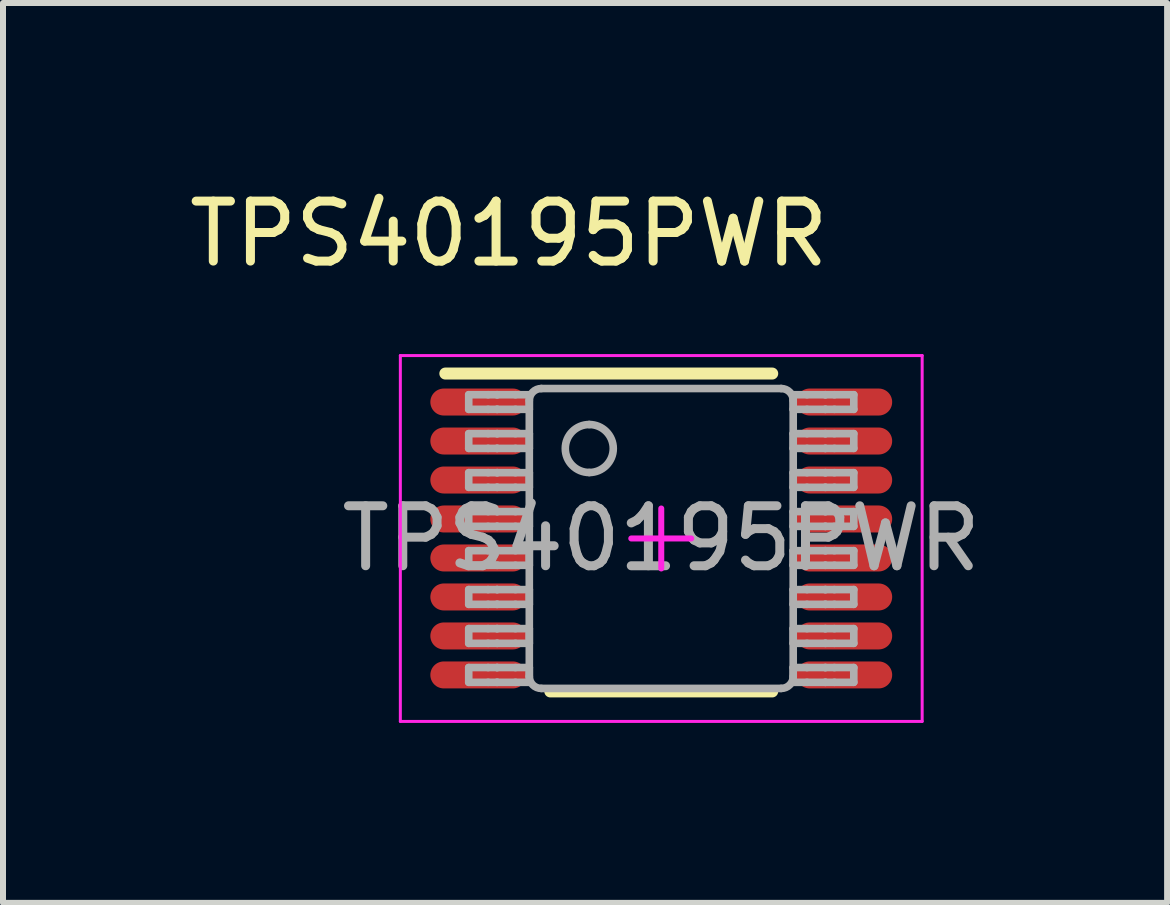
<source format=kicad_pcb>
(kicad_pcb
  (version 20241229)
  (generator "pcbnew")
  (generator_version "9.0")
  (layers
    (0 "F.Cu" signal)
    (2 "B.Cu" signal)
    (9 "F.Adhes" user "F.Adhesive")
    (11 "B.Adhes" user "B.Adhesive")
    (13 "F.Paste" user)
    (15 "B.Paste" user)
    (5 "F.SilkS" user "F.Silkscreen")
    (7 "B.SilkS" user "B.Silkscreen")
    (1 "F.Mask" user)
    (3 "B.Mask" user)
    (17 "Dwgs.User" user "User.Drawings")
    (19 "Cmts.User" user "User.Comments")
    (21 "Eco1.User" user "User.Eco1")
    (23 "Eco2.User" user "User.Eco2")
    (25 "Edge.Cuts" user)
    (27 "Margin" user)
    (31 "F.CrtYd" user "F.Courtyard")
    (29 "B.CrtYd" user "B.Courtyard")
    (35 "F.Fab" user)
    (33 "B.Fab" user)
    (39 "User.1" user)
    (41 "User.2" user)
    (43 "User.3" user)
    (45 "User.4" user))
  (footprint "TPS40195PWR"
    (layer "F.Cu")
    (at 7.975 5.928)
    (property "Reference" "TPS40195PWR" (at -2.54 -5.08 0) (unlocked yes) (layer "F.SilkS") (effects (font (size 1 1) (thickness 0.15))))
    (attr smd)
    (fp_line (start -3.6 -2.75) (end 1.85 -2.75) (stroke (width 0.2) (type solid)) (layer "F.SilkS"))
    (fp_line (start -1.85 2.55) (end 1.85 2.55) (stroke (width 0.2) (type solid)) (layer "F.SilkS"))
    (fp_line (start -4.35 -3.05) (end 4.35 -3.05) (stroke (width 0.05) (type solid)) (layer "F.CrtYd"))
    (fp_line (start -4.35 3.05) (end -4.35 -3.05) (stroke (width 0.05) (type solid)) (layer "F.CrtYd"))
    (fp_line (start -4.35 3.05) (end 4.35 3.05) (stroke (width 0.05) (type solid)) (layer "F.CrtYd"))
    (fp_line (start -0.5 0) (end 0.5 0) (stroke (width 0.1) (type solid)) (layer "F.CrtYd"))
    (fp_line (start -0.000003 0.5) (end -0.000003 -0.5) (stroke (width 0.1) (type solid)) (layer "F.CrtYd"))
    (fp_line (start 4.35 3.05) (end 4.35 -3.05) (stroke (width 0.05) (type solid)) (layer "F.CrtYd"))
    (fp_line (start -3.21 -2.397) (end -2.887 -2.397) (stroke (width 0.127) (type solid)) (layer "F.Fab"))
    (fp_line (start -3.21 -2.153) (end -3.21 -2.397) (stroke (width 0.127) (type solid)) (layer "F.Fab"))
    (fp_line (start -3.21 -2.153) (end -2.887 -2.153) (stroke (width 0.127) (type solid)) (layer "F.Fab"))
    (fp_line (start -3.21 -1.748) (end -2.887 -1.748) (stroke (width 0.127) (type solid)) (layer "F.Fab"))
    (fp_line (start -3.21 -1.502) (end -3.21 -1.748) (stroke (width 0.127) (type solid)) (layer "F.Fab"))
    (fp_line (start -3.21 -1.502) (end -2.887 -1.502) (stroke (width 0.127) (type solid)) (layer "F.Fab"))
    (fp_line (start -3.21 -1.097) (end -2.887 -1.097) (stroke (width 0.127) (type solid)) (layer "F.Fab"))
    (fp_line (start -3.21 -0.853) (end -3.21 -1.097) (stroke (width 0.127) (type solid)) (layer "F.Fab"))
    (fp_line (start -3.21 -0.853) (end -2.887 -0.853) (stroke (width 0.127) (type solid)) (layer "F.Fab"))
    (fp_line (start -3.21 -0.448) (end -2.887 -0.448) (stroke (width 0.127) (type solid)) (layer "F.Fab"))
    (fp_line (start -3.21 -0.202) (end -3.21 -0.448) (stroke (width 0.127) (type solid)) (layer "F.Fab"))
    (fp_line (start -3.21 -0.202) (end -2.887 -0.202) (stroke (width 0.127) (type solid)) (layer "F.Fab"))
    (fp_line (start -3.21 0.203) (end -2.887 0.203) (stroke (width 0.127) (type solid)) (layer "F.Fab"))
    (fp_line (start -3.21 0.447) (end -3.21 0.203) (stroke (width 0.127) (type solid)) (layer "F.Fab"))
    (fp_line (start -3.21 0.447) (end -2.887 0.447) (stroke (width 0.127) (type solid)) (layer "F.Fab"))
    (fp_line (start -3.21 0.852) (end -2.887 0.852) (stroke (width 0.127) (type solid)) (layer "F.Fab"))
    (fp_line (start -3.21 1.098) (end -3.21 0.852) (stroke (width 0.127) (type solid)) (layer "F.Fab"))
    (fp_line (start -3.21 1.098) (end -2.887 1.098) (stroke (width 0.127) (type solid)) (layer "F.Fab"))
    (fp_line (start -3.21 1.503) (end -2.887 1.503) (stroke (width 0.127) (type solid)) (layer "F.Fab"))
    (fp_line (start -3.21 1.748) (end -3.21 1.503) (stroke (width 0.127) (type solid)) (layer "F.Fab"))
    (fp_line (start -3.21 1.748) (end -2.887 1.748) (stroke (width 0.127) (type solid)) (layer "F.Fab"))
    (fp_line (start -3.21 2.152) (end -2.887 2.152) (stroke (width 0.127) (type solid)) (layer "F.Fab"))
    (fp_line (start -3.21 2.398) (end -3.21 2.152) (stroke (width 0.127) (type solid)) (layer "F.Fab"))
    (fp_line (start -3.21 2.398) (end -2.887 2.398) (stroke (width 0.127) (type solid)) (layer "F.Fab"))
    (fp_line (start -2.887 -2.397) (end -2.739 -2.397) (stroke (width 0.127) (type solid)) (layer "F.Fab"))
    (fp_line (start -2.887 -2.153) (end -2.739 -2.153) (stroke (width 0.127) (type solid)) (layer "F.Fab"))
    (fp_line (start -2.887 -1.748) (end -2.739 -1.748) (stroke (width 0.127) (type solid)) (layer "F.Fab"))
    (fp_line (start -2.887 -1.502) (end -2.739 -1.502) (stroke (width 0.127) (type solid)) (layer "F.Fab"))
    (fp_line (start -2.887 -1.097) (end -2.739 -1.097) (stroke (width 0.127) (type solid)) (layer "F.Fab"))
    (fp_line (start -2.887 -0.853) (end -2.739 -0.853) (stroke (width 0.127) (type solid)) (layer "F.Fab"))
    (fp_line (start -2.887 -0.448) (end -2.739 -0.448) (stroke (width 0.127) (type solid)) (layer "F.Fab"))
    (fp_line (start -2.887 -0.202) (end -2.739 -0.202) (stroke (width 0.127) (type solid)) (layer "F.Fab"))
    (fp_line (start -2.887 0.203) (end -2.739 0.203) (stroke (width 0.127) (type solid)) (layer "F.Fab"))
    (fp_line (start -2.887 0.447) (end -2.739 0.447) (stroke (width 0.127) (type solid)) (layer "F.Fab"))
    (fp_line (start -2.887 0.852) (end -2.739 0.852) (stroke (width 0.127) (type solid)) (layer "F.Fab"))
    (fp_line (start -2.887 1.098) (end -2.739 1.098) (stroke (width 0.127) (type solid)) (layer "F.Fab"))
    (fp_line (start -2.887 1.503) (end -2.739 1.503) (stroke (width 0.127) (type solid)) (layer "F.Fab"))
    (fp_line (start -2.887 1.748) (end -2.739 1.748) (stroke (width 0.127) (type solid)) (layer "F.Fab"))
    (fp_line (start -2.887 2.152) (end -2.739 2.152) (stroke (width 0.127) (type solid)) (layer "F.Fab"))
    (fp_line (start -2.887 2.398) (end -2.739 2.398) (stroke (width 0.127) (type solid)) (layer "F.Fab"))
    (fp_line (start -2.739 -2.397) (end -2.733 -2.397) (stroke (width 0.127) (type solid)) (layer "F.Fab"))
    (fp_line (start -2.739 -2.153) (end -2.733 -2.153) (stroke (width 0.127) (type solid)) (layer "F.Fab"))
    (fp_line (start -2.739 -1.748) (end -2.733 -1.748) (stroke (width 0.127) (type solid)) (layer "F.Fab"))
    (fp_line (start -2.739 -1.502) (end -2.733 -1.502) (stroke (width 0.127) (type solid)) (layer "F.Fab"))
    (fp_line (start -2.739 -1.097) (end -2.733 -1.097) (stroke (width 0.127) (type solid)) (layer "F.Fab"))
    (fp_line (start -2.739 -0.853) (end -2.733 -0.853) (stroke (width 0.127) (type solid)) (layer "F.Fab"))
    (fp_line (start -2.739 -0.448) (end -2.733 -0.448) (stroke (width 0.127) (type solid)) (layer "F.Fab"))
    (fp_line (start -2.739 -0.202) (end -2.733 -0.202) (stroke (width 0.127) (type solid)) (layer "F.Fab"))
    (fp_line (start -2.739 0.203) (end -2.733 0.203) (stroke (width 0.127) (type solid)) (layer "F.Fab"))
    (fp_line (start -2.739 0.447) (end -2.733 0.447) (stroke (width 0.127) (type solid)) (layer "F.Fab"))
    (fp_line (start -2.739 0.852) (end -2.733 0.852) (stroke (width 0.127) (type solid)) (layer "F.Fab"))
    (fp_line (start -2.739 1.098) (end -2.733 1.098) (stroke (width 0.127) (type solid)) (layer "F.Fab"))
    (fp_line (start -2.739 1.503) (end -2.733 1.503) (stroke (width 0.127) (type solid)) (layer "F.Fab"))
    (fp_line (start -2.739 1.748) (end -2.733 1.748) (stroke (width 0.127) (type solid)) (layer "F.Fab"))
    (fp_line (start -2.739 2.152) (end -2.733 2.152) (stroke (width 0.127) (type solid)) (layer "F.Fab"))
    (fp_line (start -2.739 2.398) (end -2.733 2.398) (stroke (width 0.127) (type solid)) (layer "F.Fab"))
    (fp_line (start -2.733 -2.397) (end -2.431 -2.397) (stroke (width 0.127) (type solid)) (layer "F.Fab"))
    (fp_line (start -2.733 -2.153) (end -2.431 -2.153) (stroke (width 0.127) (type solid)) (layer "F.Fab"))
    (fp_line (start -2.733 -1.748) (end -2.431 -1.748) (stroke (width 0.127) (type solid)) (layer "F.Fab"))
    (fp_line (start -2.733 -1.502) (end -2.431 -1.502) (stroke (width 0.127) (type solid)) (layer "F.Fab"))
    (fp_line (start -2.733 -1.097) (end -2.431 -1.097) (stroke (width 0.127) (type solid)) (layer "F.Fab"))
    (fp_line (start -2.733 -0.853) (end -2.431 -0.853) (stroke (width 0.127) (type solid)) (layer "F.Fab"))
    (fp_line (start -2.733 -0.448) (end -2.431 -0.448) (stroke (width 0.127) (type solid)) (layer "F.Fab"))
    (fp_line (start -2.733 -0.202) (end -2.431 -0.202) (stroke (width 0.127) (type solid)) (layer "F.Fab"))
    (fp_line (start -2.733 0.203) (end -2.431 0.203) (stroke (width 0.127) (type solid)) (layer "F.Fab"))
    (fp_line (start -2.733 0.447) (end -2.431 0.447) (stroke (width 0.127) (type solid)) (layer "F.Fab"))
    (fp_line (start -2.733 0.852) (end -2.431 0.852) (stroke (width 0.127) (type solid)) (layer "F.Fab"))
    (fp_line (start -2.733 1.098) (end -2.431 1.098) (stroke (width 0.127) (type solid)) (layer "F.Fab"))
    (fp_line (start -2.733 1.503) (end -2.431 1.503) (stroke (width 0.127) (type solid)) (layer "F.Fab"))
    (fp_line (start -2.733 1.748) (end -2.431 1.748) (stroke (width 0.127) (type solid)) (layer "F.Fab"))
    (fp_line (start -2.733 2.152) (end -2.431 2.152) (stroke (width 0.127) (type solid)) (layer "F.Fab"))
    (fp_line (start -2.733 2.398) (end -2.431 2.398) (stroke (width 0.127) (type solid)) (layer "F.Fab"))
    (fp_line (start -2.431 -2.397) (end -2.2 -2.397) (stroke (width 0.127) (type solid)) (layer "F.Fab"))
    (fp_line (start -2.431 -2.153) (end -2.2 -2.153) (stroke (width 0.127) (type solid)) (layer "F.Fab"))
    (fp_line (start -2.431 -1.748) (end -2.2 -1.748) (stroke (width 0.127) (type solid)) (layer "F.Fab"))
    (fp_line (start -2.431 -1.502) (end -2.2 -1.502) (stroke (width 0.127) (type solid)) (layer "F.Fab"))
    (fp_line (start -2.431 -1.097) (end -2.2 -1.097) (stroke (width 0.127) (type solid)) (layer "F.Fab"))
    (fp_line (start -2.431 -0.853) (end -2.2 -0.853) (stroke (width 0.127) (type solid)) (layer "F.Fab"))
    (fp_line (start -2.431 -0.448) (end -2.2 -0.448) (stroke (width 0.127) (type solid)) (layer "F.Fab"))
    (fp_line (start -2.431 -0.202) (end -2.2 -0.202) (stroke (width 0.127) (type solid)) (layer "F.Fab"))
    (fp_line (start -2.431 0.203) (end -2.2 0.203) (stroke (width 0.127) (type solid)) (layer "F.Fab"))
    (fp_line (start -2.431 0.447) (end -2.2 0.447) (stroke (width 0.127) (type solid)) (layer "F.Fab"))
    (fp_line (start -2.431 0.852) (end -2.2 0.852) (stroke (width 0.127) (type solid)) (layer "F.Fab"))
    (fp_line (start -2.431 1.098) (end -2.2 1.098) (stroke (width 0.127) (type solid)) (layer "F.Fab"))
    (fp_line (start -2.431 1.503) (end -2.2 1.503) (stroke (width 0.127) (type solid)) (layer "F.Fab"))
    (fp_line (start -2.431 1.748) (end -2.2 1.748) (stroke (width 0.127) (type solid)) (layer "F.Fab"))
    (fp_line (start -2.431 2.152) (end -2.2 2.152) (stroke (width 0.127) (type solid)) (layer "F.Fab"))
    (fp_line (start -2.431 2.398) (end -2.2 2.398) (stroke (width 0.127) (type solid)) (layer "F.Fab"))
    (fp_line (start -2.2 -2.153) (end -2.2 -2.397) (stroke (width 0.127) (type solid)) (layer "F.Fab"))
    (fp_line (start -2.2 -1.502) (end -2.2 -1.748) (stroke (width 0.127) (type solid)) (layer "F.Fab"))
    (fp_line (start -2.2 -0.853) (end -2.2 -1.097) (stroke (width 0.127) (type solid)) (layer "F.Fab"))
    (fp_line (start -2.2 -0.202) (end -2.2 -0.448) (stroke (width 0.127) (type solid)) (layer "F.Fab"))
    (fp_line (start -2.2 0.447) (end -2.2 0.203) (stroke (width 0.127) (type solid)) (layer "F.Fab"))
    (fp_line (start -2.2 1.098) (end -2.2 0.852) (stroke (width 0.127) (type solid)) (layer "F.Fab"))
    (fp_line (start -2.2 1.748) (end -2.2 1.503) (stroke (width 0.127) (type solid)) (layer "F.Fab"))
    (fp_line (start -2.2 2.3) (end -2.2 -2.3) (stroke (width 0.127) (type solid)) (layer "F.Fab"))
    (fp_line (start -2.2 2.398) (end -2.2 2.152) (stroke (width 0.127) (type solid)) (layer "F.Fab"))
    (fp_line (start -2 -2.5) (end 2 -2.5) (stroke (width 0.127) (type solid)) (layer "F.Fab"))
    (fp_line (start -2 2.5) (end 2 2.5) (stroke (width 0.127) (type solid)) (layer "F.Fab"))
    (fp_line (start 2.2 -2.397) (end 2.43 -2.397) (stroke (width 0.127) (type solid)) (layer "F.Fab"))
    (fp_line (start 2.2 -2.153) (end 2.2 -2.397) (stroke (width 0.127) (type solid)) (layer "F.Fab"))
    (fp_line (start 2.2 -2.153) (end 2.43 -2.153) (stroke (width 0.127) (type solid)) (layer "F.Fab"))
    (fp_line (start 2.2 -1.748) (end 2.43 -1.748) (stroke (width 0.127) (type solid)) (layer "F.Fab"))
    (fp_line (start 2.2 -1.502) (end 2.2 -1.748) (stroke (width 0.127) (type solid)) (layer "F.Fab"))
    (fp_line (start 2.2 -1.502) (end 2.43 -1.502) (stroke (width 0.127) (type solid)) (layer "F.Fab"))
    (fp_line (start 2.2 -1.097) (end 2.43 -1.097) (stroke (width 0.127) (type solid)) (layer "F.Fab"))
    (fp_line (start 2.2 -0.853) (end 2.2 -1.097) (stroke (width 0.127) (type solid)) (layer "F.Fab"))
    (fp_line (start 2.2 -0.853) (end 2.43 -0.853) (stroke (width 0.127) (type solid)) (layer "F.Fab"))
    (fp_line (start 2.2 -0.448) (end 2.43 -0.448) (stroke (width 0.127) (type solid)) (layer "F.Fab"))
    (fp_line (start 2.2 -0.202) (end 2.2 -0.448) (stroke (width 0.127) (type solid)) (layer "F.Fab"))
    (fp_line (start 2.2 -0.202) (end 2.43 -0.202) (stroke (width 0.127) (type solid)) (layer "F.Fab"))
    (fp_line (start 2.2 0.203) (end 2.43 0.203) (stroke (width 0.127) (type solid)) (layer "F.Fab"))
    (fp_line (start 2.2 0.447) (end 2.2 0.203) (stroke (width 0.127) (type solid)) (layer "F.Fab"))
    (fp_line (start 2.2 0.447) (end 2.43 0.447) (stroke (width 0.127) (type solid)) (layer "F.Fab"))
    (fp_line (start 2.2 0.852) (end 2.43 0.852) (stroke (width 0.127) (type solid)) (layer "F.Fab"))
    (fp_line (start 2.2 1.098) (end 2.2 0.852) (stroke (width 0.127) (type solid)) (layer "F.Fab"))
    (fp_line (start 2.2 1.098) (end 2.43 1.098) (stroke (width 0.127) (type solid)) (layer "F.Fab"))
    (fp_line (start 2.2 1.503) (end 2.43 1.503) (stroke (width 0.127) (type solid)) (layer "F.Fab"))
    (fp_line (start 2.2 1.748) (end 2.2 1.503) (stroke (width 0.127) (type solid)) (layer "F.Fab"))
    (fp_line (start 2.2 1.748) (end 2.43 1.748) (stroke (width 0.127) (type solid)) (layer "F.Fab"))
    (fp_line (start 2.2 2.152) (end 2.43 2.152) (stroke (width 0.127) (type solid)) (layer "F.Fab"))
    (fp_line (start 2.2 2.3) (end 2.2 -2.3) (stroke (width 0.127) (type solid)) (layer "F.Fab"))
    (fp_line (start 2.2 2.398) (end 2.2 2.152) (stroke (width 0.127) (type solid)) (layer "F.Fab"))
    (fp_line (start 2.2 2.398) (end 2.43 2.398) (stroke (width 0.127) (type solid)) (layer "F.Fab"))
    (fp_line (start 2.43 -2.397) (end 2.733 -2.397) (stroke (width 0.127) (type solid)) (layer "F.Fab"))
    (fp_line (start 2.43 -2.153) (end 2.733 -2.153) (stroke (width 0.127) (type solid)) (layer "F.Fab"))
    (fp_line (start 2.43 -1.748) (end 2.733 -1.748) (stroke (width 0.127) (type solid)) (layer "F.Fab"))
    (fp_line (start 2.43 -1.502) (end 2.733 -1.502) (stroke (width 0.127) (type solid)) (layer "F.Fab"))
    (fp_line (start 2.43 -1.097) (end 2.733 -1.097) (stroke (width 0.127) (type solid)) (layer "F.Fab"))
    (fp_line (start 2.43 -0.853) (end 2.733 -0.853) (stroke (width 0.127) (type solid)) (layer "F.Fab"))
    (fp_line (start 2.43 -0.448) (end 2.733 -0.448) (stroke (width 0.127) (type solid)) (layer "F.Fab"))
    (fp_line (start 2.43 -0.202) (end 2.733 -0.202) (stroke (width 0.127) (type solid)) (layer "F.Fab"))
    (fp_line (start 2.43 0.203) (end 2.733 0.203) (stroke (width 0.127) (type solid)) (layer "F.Fab"))
    (fp_line (start 2.43 0.447) (end 2.733 0.447) (stroke (width 0.127) (type solid)) (layer "F.Fab"))
    (fp_line (start 2.43 0.852) (end 2.733 0.852) (stroke (width 0.127) (type solid)) (layer "F.Fab"))
    (fp_line (start 2.43 1.098) (end 2.733 1.098) (stroke (width 0.127) (type solid)) (layer "F.Fab"))
    (fp_line (start 2.43 1.503) (end 2.733 1.503) (stroke (width 0.127) (type solid)) (layer "F.Fab"))
    (fp_line (start 2.43 1.748) (end 2.733 1.748) (stroke (width 0.127) (type solid)) (layer "F.Fab"))
    (fp_line (start 2.43 2.152) (end 2.733 2.152) (stroke (width 0.127) (type solid)) (layer "F.Fab"))
    (fp_line (start 2.43 2.398) (end 2.733 2.398) (stroke (width 0.127) (type solid)) (layer "F.Fab"))
    (fp_line (start 2.733 -2.397) (end 2.739 -2.397) (stroke (width 0.127) (type solid)) (layer "F.Fab"))
    (fp_line (start 2.733 -2.153) (end 2.739 -2.153) (stroke (width 0.127) (type solid)) (layer "F.Fab"))
    (fp_line (start 2.733 -1.748) (end 2.739 -1.748) (stroke (width 0.127) (type solid)) (layer "F.Fab"))
    (fp_line (start 2.733 -1.502) (end 2.739 -1.502) (stroke (width 0.127) (type solid)) (layer "F.Fab"))
    (fp_line (start 2.733 -1.097) (end 2.739 -1.097) (stroke (width 0.127) (type solid)) (layer "F.Fab"))
    (fp_line (start 2.733 -0.853) (end 2.739 -0.853) (stroke (width 0.127) (type solid)) (layer "F.Fab"))
    (fp_line (start 2.733 -0.448) (end 2.739 -0.448) (stroke (width 0.127) (type solid)) (layer "F.Fab"))
    (fp_line (start 2.733 -0.202) (end 2.739 -0.202) (stroke (width 0.127) (type solid)) (layer "F.Fab"))
    (fp_line (start 2.733 0.203) (end 2.739 0.203) (stroke (width 0.127) (type solid)) (layer "F.Fab"))
    (fp_line (start 2.733 0.447) (end 2.739 0.447) (stroke (width 0.127) (type solid)) (layer "F.Fab"))
    (fp_line (start 2.733 0.852) (end 2.739 0.852) (stroke (width 0.127) (type solid)) (layer "F.Fab"))
    (fp_line (start 2.733 1.098) (end 2.739 1.098) (stroke (width 0.127) (type solid)) (layer "F.Fab"))
    (fp_line (start 2.733 1.503) (end 2.739 1.503) (stroke (width 0.127) (type solid)) (layer "F.Fab"))
    (fp_line (start 2.733 1.748) (end 2.739 1.748) (stroke (width 0.127) (type solid)) (layer "F.Fab"))
    (fp_line (start 2.733 2.152) (end 2.739 2.152) (stroke (width 0.127) (type solid)) (layer "F.Fab"))
    (fp_line (start 2.733 2.398) (end 2.739 2.398) (stroke (width 0.127) (type solid)) (layer "F.Fab"))
    (fp_line (start 2.739 -2.397) (end 2.887 -2.397) (stroke (width 0.127) (type solid)) (layer "F.Fab"))
    (fp_line (start 2.739 -2.153) (end 2.887 -2.153) (stroke (width 0.127) (type solid)) (layer "F.Fab"))
    (fp_line (start 2.739 -1.748) (end 2.887 -1.748) (stroke (width 0.127) (type solid)) (layer "F.Fab"))
    (fp_line (start 2.739 -1.502) (end 2.887 -1.502) (stroke (width 0.127) (type solid)) (layer "F.Fab"))
    (fp_line (start 2.739 -1.097) (end 2.887 -1.097) (stroke (width 0.127) (type solid)) (layer "F.Fab"))
    (fp_line (start 2.739 -0.853) (end 2.887 -0.853) (stroke (width 0.127) (type solid)) (layer "F.Fab"))
    (fp_line (start 2.739 -0.448) (end 2.887 -0.448) (stroke (width 0.127) (type solid)) (layer "F.Fab"))
    (fp_line (start 2.739 -0.202) (end 2.887 -0.202) (stroke (width 0.127) (type solid)) (layer "F.Fab"))
    (fp_line (start 2.739 0.203) (end 2.887 0.203) (stroke (width 0.127) (type solid)) (layer "F.Fab"))
    (fp_line (start 2.739 0.447) (end 2.887 0.447) (stroke (width 0.127) (type solid)) (layer "F.Fab"))
    (fp_line (start 2.739 0.852) (end 2.887 0.852) (stroke (width 0.127) (type solid)) (layer "F.Fab"))
    (fp_line (start 2.739 1.098) (end 2.887 1.098) (stroke (width 0.127) (type solid)) (layer "F.Fab"))
    (fp_line (start 2.739 1.503) (end 2.887 1.503) (stroke (width 0.127) (type solid)) (layer "F.Fab"))
    (fp_line (start 2.739 1.748) (end 2.887 1.748) (stroke (width 0.127) (type solid)) (layer "F.Fab"))
    (fp_line (start 2.739 2.152) (end 2.887 2.152) (stroke (width 0.127) (type solid)) (layer "F.Fab"))
    (fp_line (start 2.739 2.398) (end 2.887 2.398) (stroke (width 0.127) (type solid)) (layer "F.Fab"))
    (fp_line (start 2.887 -2.397) (end 3.21 -2.397) (stroke (width 0.127) (type solid)) (layer "F.Fab"))
    (fp_line (start 2.887 -2.153) (end 3.21 -2.153) (stroke (width 0.127) (type solid)) (layer "F.Fab"))
    (fp_line (start 2.887 -1.748) (end 3.21 -1.748) (stroke (width 0.127) (type solid)) (layer "F.Fab"))
    (fp_line (start 2.887 -1.502) (end 3.21 -1.502) (stroke (width 0.127) (type solid)) (layer "F.Fab"))
    (fp_line (start 2.887 -1.097) (end 3.21 -1.097) (stroke (width 0.127) (type solid)) (layer "F.Fab"))
    (fp_line (start 2.887 -0.853) (end 3.21 -0.853) (stroke (width 0.127) (type solid)) (layer "F.Fab"))
    (fp_line (start 2.887 -0.448) (end 3.21 -0.448) (stroke (width 0.127) (type solid)) (layer "F.Fab"))
    (fp_line (start 2.887 -0.202) (end 3.21 -0.202) (stroke (width 0.127) (type solid)) (layer "F.Fab"))
    (fp_line (start 2.887 0.203) (end 3.21 0.203) (stroke (width 0.127) (type solid)) (layer "F.Fab"))
    (fp_line (start 2.887 0.447) (end 3.21 0.447) (stroke (width 0.127) (type solid)) (layer "F.Fab"))
    (fp_line (start 2.887 0.852) (end 3.21 0.852) (stroke (width 0.127) (type solid)) (layer "F.Fab"))
    (fp_line (start 2.887 1.098) (end 3.21 1.098) (stroke (width 0.127) (type solid)) (layer "F.Fab"))
    (fp_line (start 2.887 1.503) (end 3.21 1.503) (stroke (width 0.127) (type solid)) (layer "F.Fab"))
    (fp_line (start 2.887 1.748) (end 3.21 1.748) (stroke (width 0.127) (type solid)) (layer "F.Fab"))
    (fp_line (start 2.887 2.152) (end 3.21 2.152) (stroke (width 0.127) (type solid)) (layer "F.Fab"))
    (fp_line (start 2.887 2.398) (end 3.21 2.398) (stroke (width 0.127) (type solid)) (layer "F.Fab"))
    (fp_line (start 3.21 -2.153) (end 3.21 -2.397) (stroke (width 0.127) (type solid)) (layer "F.Fab"))
    (fp_line (start 3.21 -1.502) (end 3.21 -1.748) (stroke (width 0.127) (type solid)) (layer "F.Fab"))
    (fp_line (start 3.21 -0.853) (end 3.21 -1.097) (stroke (width 0.127) (type solid)) (layer "F.Fab"))
    (fp_line (start 3.21 -0.202) (end 3.21 -0.448) (stroke (width 0.127) (type solid)) (layer "F.Fab"))
    (fp_line (start 3.21 0.447) (end 3.21 0.203) (stroke (width 0.127) (type solid)) (layer "F.Fab"))
    (fp_line (start 3.21 1.098) (end 3.21 0.852) (stroke (width 0.127) (type solid)) (layer "F.Fab"))
    (fp_line (start 3.21 1.748) (end 3.21 1.503) (stroke (width 0.127) (type solid)) (layer "F.Fab"))
    (fp_line (start 3.21 2.398) (end 3.21 2.152) (stroke (width 0.127) (type solid)) (layer "F.Fab"))
    (fp_arc (start -2.200001 -2.3) (mid -2.141422 -2.441421) (end -2.000001 -2.5) (stroke (width 0.127) (type solid)) (layer "F.Fab"))
    (fp_arc (start -2.000001 2.500015) (mid -2.141422 2.441437) (end -2.200001 2.300016) (stroke (width 0.127) (type solid)) (layer "F.Fab"))
    (fp_arc (start -1.200003 -1.900001) (mid -0.800003 -1.500002) (end -1.200003 -1.100003) (stroke (width 0.127) (type solid)) (layer "F.Fab"))
    (fp_arc (start -1.200003 -1.100003) (mid -1.600002 -1.500002) (end -1.200003 -1.900001) (stroke (width 0.127) (type solid)) (layer "F.Fab"))
    (fp_arc (start 1.999991 -2.5) (mid 2.141412 -2.441422) (end 2.199991 -2.3) (stroke (width 0.127) (type solid)) (layer "F.Fab"))
    (fp_arc (start 2.199991 2.300016) (mid 2.141412 2.441437) (end 1.999991 2.500015) (stroke (width 0.127) (type solid)) (layer "F.Fab"))
    (fp_text user "${REFERENCE}" (at 0 0 0) (unlocked yes) (layer "F.Fab") (effects (font (size 1 1) (thickness 0.15))))
    (pad "1" smd oval (at -3.05 -2.275 90) (size 0.45 1.6) (layers "F.Cu" "F.Mask" "F.Paste"))
    (pad "2" smd oval (at -3.05 -1.625 90) (size 0.45 1.6) (layers "F.Cu" "F.Mask" "F.Paste"))
    (pad "3" smd oval (at -3.05 -0.975 90) (size 0.45 1.6) (layers "F.Cu" "F.Mask" "F.Paste"))
    (pad "4" smd oval (at -3.05 -0.325 90) (size 0.45 1.6) (layers "F.Cu" "F.Mask" "F.Paste"))
    (pad "5" smd oval (at -3.05 0.325 90) (size 0.45 1.6) (layers "F.Cu" "F.Mask" "F.Paste"))
    (pad "6" smd oval (at -3.05 0.975 90) (size 0.45 1.6) (layers "F.Cu" "F.Mask" "F.Paste"))
    (pad "7" smd oval (at -3.05 1.625 90) (size 0.45 1.6) (layers "F.Cu" "F.Mask" "F.Paste"))
    (pad "8" smd oval (at -3.05 2.275 90) (size 0.45 1.6) (layers "F.Cu" "F.Mask" "F.Paste"))
    (pad "9" smd oval (at 3.05 2.275 90) (size 0.45 1.6) (layers "F.Cu" "F.Mask" "F.Paste"))
    (pad "10" smd oval (at 3.05 1.625 90) (size 0.45 1.6) (layers "F.Cu" "F.Mask" "F.Paste"))
    (pad "11" smd oval (at 3.05 0.975 90) (size 0.45 1.6) (layers "F.Cu" "F.Mask" "F.Paste"))
    (pad "12" smd oval (at 3.05 0.325 90) (size 0.45 1.6) (layers "F.Cu" "F.Mask" "F.Paste"))
    (pad "13" smd oval (at 3.05 -0.325 90) (size 0.45 1.6) (layers "F.Cu" "F.Mask" "F.Paste"))
    (pad "14" smd oval (at 3.05 -0.975 90) (size 0.45 1.6) (layers "F.Cu" "F.Mask" "F.Paste"))
    (pad "15" smd oval (at 3.05 -1.625 90) (size 0.45 1.6) (layers "F.Cu" "F.Mask" "F.Paste"))
    (pad "16" smd oval (at 3.05 -2.275 90) (size 0.45 1.6) (layers "F.Cu" "F.Mask" "F.Paste")))
  (gr_rect
    (start -3 -3)
    (end 16.409 12.003)
    (stroke (width 0.1) (type default))
    (fill no)
    (layer "Edge.Cuts")))
</source>
